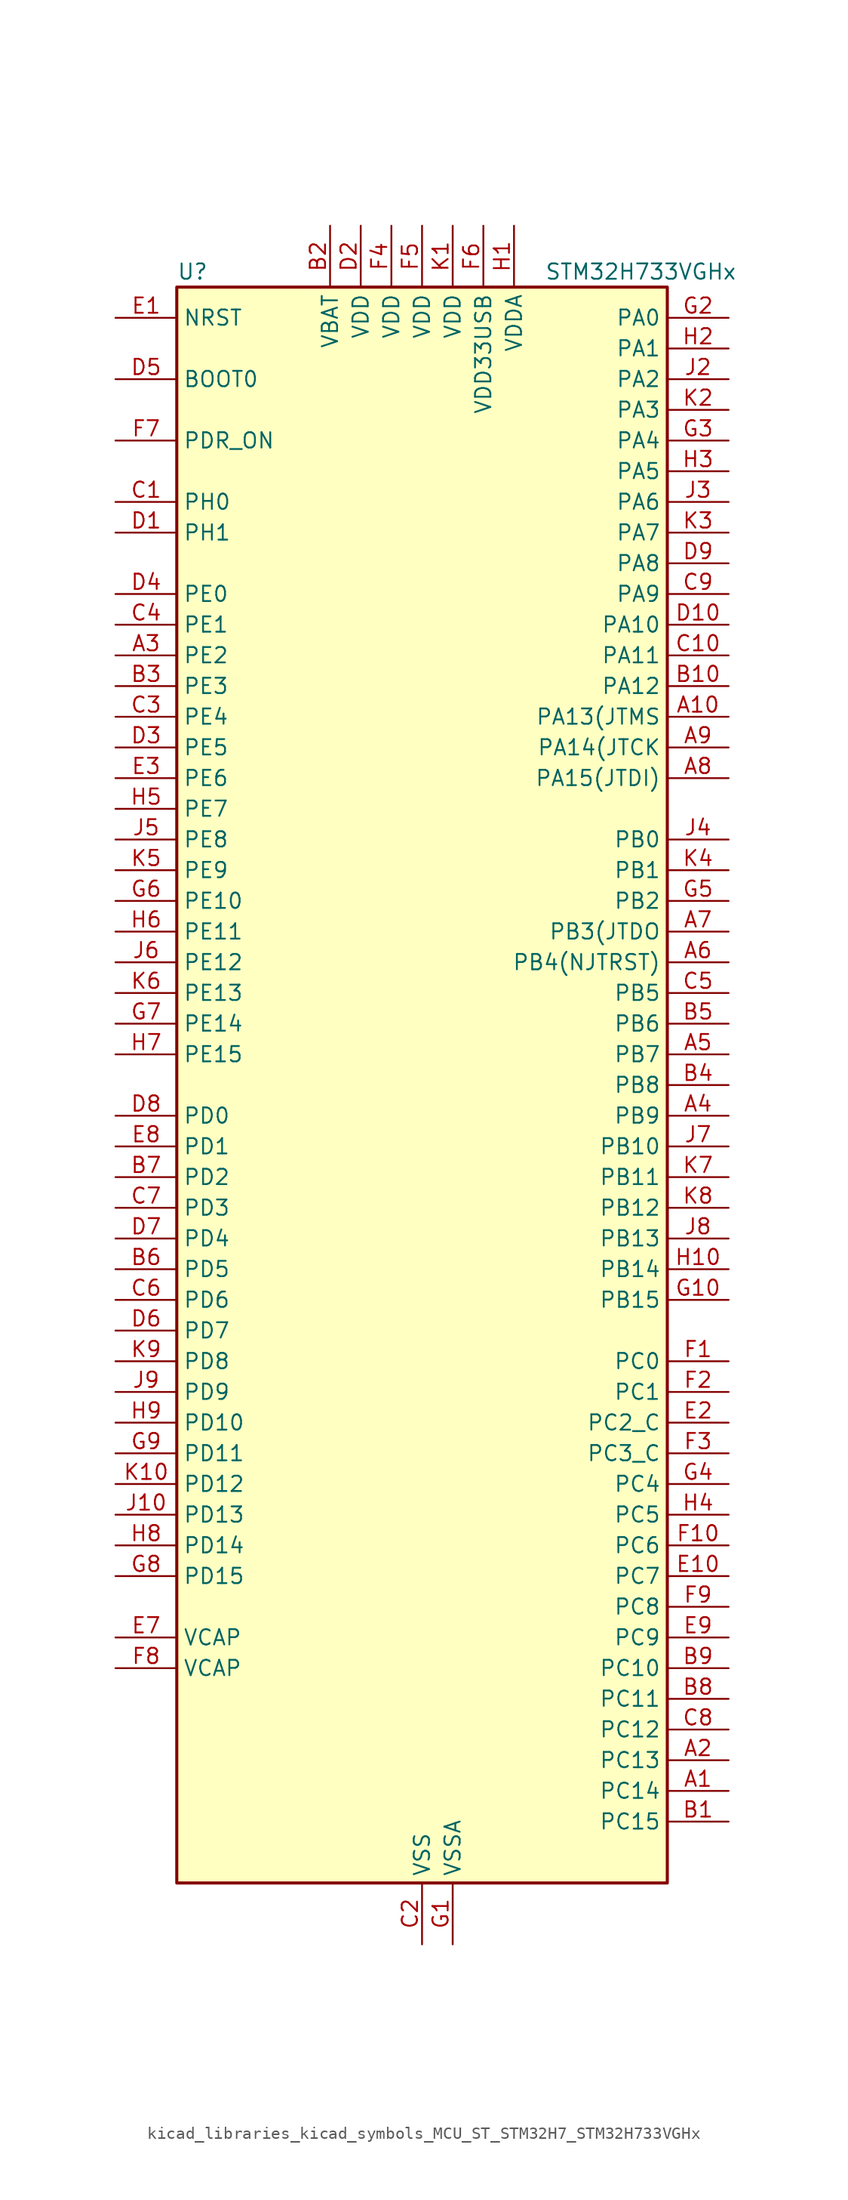
<source format=kicad_sym>
(kicad_symbol_lib
  (version 20220914)
  (generator kicad_symbol_editor)
  (symbol "kicad_libraries_kicad_symbols_MCU_ST_STM32H7_STM32H733VGHx"
    (property "Reference" "U"
      (at -20.32 67.31 0)
      (effects (font (size 1.27 1.27)) (justify left)))
    (property "Value" "STM32H733VGHx"
      (at 10.16 67.31 0)
      (effects (font (size 1.27 1.27)) (justify left)))
    (property "ki_locked" ""
      (at 0 0 0)
      (effects (font (size 1.27 1.27))))
    (symbol "kicad_libraries_kicad_symbols_MCU_ST_STM32H7_STM32H733VGHx_0_1"
      (rectangle (start -20.32 -66.04) (end 20.32 66.04) (stroke (width 0.254) (type default)) (fill (type background))))
    (symbol "kicad_libraries_kicad_symbols_MCU_ST_STM32H7_STM32H733VGHx_1_1"
      (pin bidirectional line (at 25.4 -58.42 180) (length 5.08) (name "PC14" (effects (font (size 1.27 1.27)))) (number "A1" (effects (font (size 1.27 1.27)))) (alternate "RCC_OSC32_IN" bidirectional line))
      (pin bidirectional line (at 25.4 30.48 180) (length 5.08) (name "PA13(JTMS" (effects (font (size 1.27 1.27)))) (number "A10" (effects (font (size 1.27 1.27)))) (alternate "DEBUG_JTMS-SWDIO" bidirectional line))
      (pin bidirectional line (at 25.4 -55.88 180) (length 5.08) (name "PC13" (effects (font (size 1.27 1.27)))) (number "A2" (effects (font (size 1.27 1.27)))) (alternate "PWR_WKUP4" bidirectional line) (alternate "RTC_OUT_ALARM" bidirectional line) (alternate "RTC_OUT_CALIB" bidirectional line) (alternate "RTC_TAMP1" bidirectional line) (alternate "RTC_TS" bidirectional line))
      (pin bidirectional line (at -25.4 35.56 0) (length 5.08) (name "PE2" (effects (font (size 1.27 1.27)))) (number "A3" (effects (font (size 1.27 1.27)))) (alternate "DEBUG_TRACECLK" bidirectional line) (alternate "ETH_TXD3" bidirectional line) (alternate "FMC_A23" bidirectional line) (alternate "OCTOSPIM_P1_IO2" bidirectional line) (alternate "SAI1_CK1" bidirectional line) (alternate "SAI1_MCLK_A" bidirectional line) (alternate "SAI4_CK1" bidirectional line) (alternate "SAI4_MCLK_A" bidirectional line) (alternate "SPI4_SCK" bidirectional line) (alternate "USART10_RX" bidirectional line))
      (pin bidirectional line (at 25.4 -2.54 180) (length 5.08) (name "PB9" (effects (font (size 1.27 1.27)))) (number "A4" (effects (font (size 1.27 1.27)))) (alternate "DAC1_EXTI9" bidirectional line) (alternate "DCMI_D7" bidirectional line) (alternate "DFSDM1_DATIN7" bidirectional line) (alternate "FDCAN1_TX" bidirectional line) (alternate "I2C1_SDA" bidirectional line) (alternate "I2C4_SDA" bidirectional line) (alternate "I2C4_SMBA" bidirectional line) (alternate "I2S2_WS" bidirectional line) (alternate "LTDC_B7" bidirectional line) (alternate "PSSI_D7" bidirectional line) (alternate "SDMMC1_CDIR" bidirectional line) (alternate "SDMMC1_D5" bidirectional line) (alternate "SDMMC2_D5" bidirectional line) (alternate "SPI2_NSS" bidirectional line) (alternate "TIM17_CH1" bidirectional line) (alternate "TIM4_CH4" bidirectional line) (alternate "UART4_TX" bidirectional line))
      (pin bidirectional line (at 25.4 2.54 180) (length 5.08) (name "PB7" (effects (font (size 1.27 1.27)))) (number "A5" (effects (font (size 1.27 1.27)))) (alternate "DCMI_VSYNC" bidirectional line) (alternate "DFSDM1_CKIN5" bidirectional line) (alternate "FMC_NL" bidirectional line) (alternate "I2C1_SDA" bidirectional line) (alternate "I2C4_SDA" bidirectional line) (alternate "LPUART1_RX" bidirectional line) (alternate "PSSI_RDY" bidirectional line) (alternate "PWR_PVD_IN" bidirectional line) (alternate "TIM17_CH1N" bidirectional line) (alternate "TIM4_CH2" bidirectional line) (alternate "USART1_RX" bidirectional line))
      (pin bidirectional line (at 25.4 10.16 180) (length 5.08) (name "PB4(NJTRST)" (effects (font (size 1.27 1.27)))) (number "A6" (effects (font (size 1.27 1.27)))) (alternate "DEBUG_JTRST" bidirectional line) (alternate "I2S1_SDI" bidirectional line) (alternate "I2S2_WS" bidirectional line) (alternate "I2S3_SDI" bidirectional line) (alternate "I2S6_SDI" bidirectional line) (alternate "SDMMC2_D3" bidirectional line) (alternate "SPI1_MISO" bidirectional line) (alternate "SPI2_NSS" bidirectional line) (alternate "SPI3_MISO" bidirectional line) (alternate "SPI6_MISO" bidirectional line) (alternate "TIM16_BKIN" bidirectional line) (alternate "TIM3_CH1" bidirectional line) (alternate "UART7_TX" bidirectional line))
      (pin bidirectional line (at 25.4 12.7 180) (length 5.08) (name "PB3(JTDO" (effects (font (size 1.27 1.27)))) (number "A7" (effects (font (size 1.27 1.27)))) (alternate "CRS_SYNC" bidirectional line) (alternate "DEBUG_JTDO-SWO" bidirectional line) (alternate "I2S1_CK" bidirectional line) (alternate "I2S3_CK" bidirectional line) (alternate "I2S6_CK" bidirectional line) (alternate "SDMMC2_D2" bidirectional line) (alternate "SPI1_SCK" bidirectional line) (alternate "SPI3_SCK" bidirectional line) (alternate "SPI6_SCK" bidirectional line) (alternate "TIM24_ETR" bidirectional line) (alternate "TIM2_CH2" bidirectional line) (alternate "UART7_RX" bidirectional line))
      (pin bidirectional line (at 25.4 25.4 180) (length 5.08) (name "PA15(JTDI)" (effects (font (size 1.27 1.27)))) (number "A8" (effects (font (size 1.27 1.27)))) (alternate "ADC1_EXTI15" bidirectional line) (alternate "ADC2_EXTI15" bidirectional line) (alternate "ADC3_EXTI15" bidirectional line) (alternate "CEC" bidirectional line) (alternate "DEBUG_JTDI" bidirectional line) (alternate "I2S1_WS" bidirectional line) (alternate "I2S3_WS" bidirectional line) (alternate "I2S6_WS" bidirectional line) (alternate "LTDC_B6" bidirectional line) (alternate "LTDC_R3" bidirectional line) (alternate "SPI1_NSS" bidirectional line) (alternate "SPI3_NSS" bidirectional line) (alternate "SPI6_NSS" bidirectional line) (alternate "TIM2_CH1" bidirectional line) (alternate "TIM2_ETR" bidirectional line) (alternate "UART4_DE" bidirectional line) (alternate "UART4_RTS" bidirectional line) (alternate "UART7_TX" bidirectional line))
      (pin bidirectional line (at 25.4 27.94 180) (length 5.08) (name "PA14(JTCK" (effects (font (size 1.27 1.27)))) (number "A9" (effects (font (size 1.27 1.27)))) (alternate "DEBUG_JTCK-SWCLK" bidirectional line))
      (pin bidirectional line (at 25.4 -60.96 180) (length 5.08) (name "PC15" (effects (font (size 1.27 1.27)))) (number "B1" (effects (font (size 1.27 1.27)))) (alternate "ADC1_EXTI15" bidirectional line) (alternate "ADC2_EXTI15" bidirectional line) (alternate "ADC3_EXTI15" bidirectional line) (alternate "RCC_OSC32_OUT" bidirectional line))
      (pin bidirectional line (at 25.4 33.02 180) (length 5.08) (name "PA12" (effects (font (size 1.27 1.27)))) (number "B10" (effects (font (size 1.27 1.27)))) (alternate "FDCAN1_TX" bidirectional line) (alternate "I2S2_CK" bidirectional line) (alternate "LPUART1_DE" bidirectional line) (alternate "LPUART1_RTS" bidirectional line) (alternate "LTDC_R5" bidirectional line) (alternate "SAI4_FS_B" bidirectional line) (alternate "SPI2_SCK" bidirectional line) (alternate "TIM1_BKIN2" bidirectional line) (alternate "TIM1_ETR" bidirectional line) (alternate "UART4_TX" bidirectional line) (alternate "USART1_DE" bidirectional line) (alternate "USART1_RTS" bidirectional line) (alternate "USB_OTG_HS_DP" bidirectional line))
      (pin power_in line (at -7.62 71.12 270) (length 5.08) (name "VBAT" (effects (font (size 1.27 1.27)))) (number "B2" (effects (font (size 1.27 1.27)))))
      (pin bidirectional line (at -25.4 33.02 0) (length 5.08) (name "PE3" (effects (font (size 1.27 1.27)))) (number "B3" (effects (font (size 1.27 1.27)))) (alternate "DEBUG_TRACED0" bidirectional line) (alternate "FMC_A19" bidirectional line) (alternate "SAI1_SD_B" bidirectional line) (alternate "SAI4_SD_B" bidirectional line) (alternate "TIM15_BKIN" bidirectional line) (alternate "USART10_TX" bidirectional line))
      (pin bidirectional line (at 25.4 0 180) (length 5.08) (name "PB8" (effects (font (size 1.27 1.27)))) (number "B4" (effects (font (size 1.27 1.27)))) (alternate "DCMI_D6" bidirectional line) (alternate "DFSDM1_CKIN7" bidirectional line) (alternate "ETH_TXD3" bidirectional line) (alternate "FDCAN1_RX" bidirectional line) (alternate "I2C1_SCL" bidirectional line) (alternate "I2C4_SCL" bidirectional line) (alternate "LTDC_B6" bidirectional line) (alternate "PSSI_D6" bidirectional line) (alternate "SDMMC1_CKIN" bidirectional line) (alternate "SDMMC1_D4" bidirectional line) (alternate "SDMMC2_D4" bidirectional line) (alternate "TIM16_CH1" bidirectional line) (alternate "TIM4_CH3" bidirectional line) (alternate "UART4_RX" bidirectional line))
      (pin bidirectional line (at 25.4 5.08 180) (length 5.08) (name "PB6" (effects (font (size 1.27 1.27)))) (number "B5" (effects (font (size 1.27 1.27)))) (alternate "CEC" bidirectional line) (alternate "DCMI_D5" bidirectional line) (alternate "DFSDM1_DATIN5" bidirectional line) (alternate "FDCAN2_TX" bidirectional line) (alternate "FMC_SDNE1" bidirectional line) (alternate "I2C1_SCL" bidirectional line) (alternate "I2C4_SCL" bidirectional line) (alternate "LPUART1_TX" bidirectional line) (alternate "OCTOSPIM_P1_NCS" bidirectional line) (alternate "PSSI_D5" bidirectional line) (alternate "TIM16_CH1N" bidirectional line) (alternate "TIM4_CH1" bidirectional line) (alternate "UART5_TX" bidirectional line) (alternate "USART1_TX" bidirectional line))
      (pin bidirectional line (at -25.4 -15.24 0) (length 5.08) (name "PD5" (effects (font (size 1.27 1.27)))) (number "B6" (effects (font (size 1.27 1.27)))) (alternate "FMC_NWE" bidirectional line) (alternate "OCTOSPIM_P1_IO5" bidirectional line) (alternate "USART2_TX" bidirectional line))
      (pin bidirectional line (at -25.4 -7.62 0) (length 5.08) (name "PD2" (effects (font (size 1.27 1.27)))) (number "B7" (effects (font (size 1.27 1.27)))) (alternate "DCMI_D11" bidirectional line) (alternate "DEBUG_TRACED2" bidirectional line) (alternate "FMC_D7" bidirectional line) (alternate "FMC_DA7" bidirectional line) (alternate "LTDC_B2" bidirectional line) (alternate "LTDC_B7" bidirectional line) (alternate "PSSI_D11" bidirectional line) (alternate "SDMMC1_CMD" bidirectional line) (alternate "TIM15_BKIN" bidirectional line) (alternate "TIM3_ETR" bidirectional line) (alternate "UART5_RX" bidirectional line))
      (pin bidirectional line (at 25.4 -50.8 180) (length 5.08) (name "PC11" (effects (font (size 1.27 1.27)))) (number "B8" (effects (font (size 1.27 1.27)))) (alternate "ADC1_EXTI11" bidirectional line) (alternate "ADC2_EXTI11" bidirectional line) (alternate "ADC3_EXTI11" bidirectional line) (alternate "DCMI_D4" bidirectional line) (alternate "DFSDM1_DATIN5" bidirectional line) (alternate "I2C5_SCL" bidirectional line) (alternate "I2S3_SDI" bidirectional line) (alternate "LTDC_B4" bidirectional line) (alternate "OCTOSPIM_P1_NCS" bidirectional line) (alternate "PSSI_D4" bidirectional line) (alternate "SDMMC1_D3" bidirectional line) (alternate "SPI3_MISO" bidirectional line) (alternate "UART4_RX" bidirectional line) (alternate "USART3_RX" bidirectional line))
      (pin bidirectional line (at 25.4 -48.26 180) (length 5.08) (name "PC10" (effects (font (size 1.27 1.27)))) (number "B9" (effects (font (size 1.27 1.27)))) (alternate "DCMI_D8" bidirectional line) (alternate "DFSDM1_CKIN5" bidirectional line) (alternate "I2C5_SDA" bidirectional line) (alternate "I2S3_CK" bidirectional line) (alternate "LTDC_B1" bidirectional line) (alternate "LTDC_R2" bidirectional line) (alternate "OCTOSPIM_P1_IO1" bidirectional line) (alternate "PSSI_D8" bidirectional line) (alternate "SDMMC1_D2" bidirectional line) (alternate "SPI3_SCK" bidirectional line) (alternate "SWPMI1_RX" bidirectional line) (alternate "UART4_TX" bidirectional line) (alternate "USART3_TX" bidirectional line))
      (pin bidirectional line (at -25.4 48.26 0) (length 5.08) (name "PH0" (effects (font (size 1.27 1.27)))) (number "C1" (effects (font (size 1.27 1.27)))) (alternate "RCC_OSC_IN" bidirectional line))
      (pin bidirectional line (at 25.4 35.56 180) (length 5.08) (name "PA11" (effects (font (size 1.27 1.27)))) (number "C10" (effects (font (size 1.27 1.27)))) (alternate "ADC1_EXTI11" bidirectional line) (alternate "ADC2_EXTI11" bidirectional line) (alternate "ADC3_EXTI11" bidirectional line) (alternate "FDCAN1_RX" bidirectional line) (alternate "I2S2_WS" bidirectional line) (alternate "LPUART1_CTS" bidirectional line) (alternate "LTDC_R4" bidirectional line) (alternate "SPI2_NSS" bidirectional line) (alternate "TIM1_CH4" bidirectional line) (alternate "UART4_RX" bidirectional line) (alternate "USART1_CTS" bidirectional line) (alternate "USART1_NSS" bidirectional line) (alternate "USB_OTG_HS_DM" bidirectional line))
      (pin power_in line (at 0 -71.12 90) (length 5.08) (name "VSS" (effects (font (size 1.27 1.27)))) (number "C2" (effects (font (size 1.27 1.27)))))
      (pin bidirectional line (at -25.4 30.48 0) (length 5.08) (name "PE4" (effects (font (size 1.27 1.27)))) (number "C3" (effects (font (size 1.27 1.27)))) (alternate "DCMI_D4" bidirectional line) (alternate "DEBUG_TRACED1" bidirectional line) (alternate "DFSDM1_DATIN3" bidirectional line) (alternate "FMC_A20" bidirectional line) (alternate "LTDC_B0" bidirectional line) (alternate "PSSI_D4" bidirectional line) (alternate "SAI1_D2" bidirectional line) (alternate "SAI1_FS_A" bidirectional line) (alternate "SAI4_D2" bidirectional line) (alternate "SAI4_FS_A" bidirectional line) (alternate "SPI4_NSS" bidirectional line) (alternate "TIM15_CH1N" bidirectional line))
      (pin bidirectional line (at -25.4 38.1 0) (length 5.08) (name "PE1" (effects (font (size 1.27 1.27)))) (number "C4" (effects (font (size 1.27 1.27)))) (alternate "DCMI_D3" bidirectional line) (alternate "FMC_NBL1" bidirectional line) (alternate "LPTIM1_IN2" bidirectional line) (alternate "LTDC_R6" bidirectional line) (alternate "PSSI_D3" bidirectional line) (alternate "UART8_TX" bidirectional line))
      (pin bidirectional line (at 25.4 7.62 180) (length 5.08) (name "PB5" (effects (font (size 1.27 1.27)))) (number "C5" (effects (font (size 1.27 1.27)))) (alternate "DCMI_D10" bidirectional line) (alternate "ETH_PPS_OUT" bidirectional line) (alternate "FDCAN2_RX" bidirectional line) (alternate "FMC_SDCKE1" bidirectional line) (alternate "I2C1_SMBA" bidirectional line) (alternate "I2C4_SMBA" bidirectional line) (alternate "I2S1_SDO" bidirectional line) (alternate "I2S3_SDO" bidirectional line) (alternate "I2S6_SDO" bidirectional line) (alternate "LTDC_B5" bidirectional line) (alternate "PSSI_D10" bidirectional line) (alternate "SPI1_MOSI" bidirectional line) (alternate "SPI3_MOSI" bidirectional line) (alternate "SPI6_MOSI" bidirectional line) (alternate "TIM17_BKIN" bidirectional line) (alternate "TIM3_CH2" bidirectional line) (alternate "UART5_RX" bidirectional line) (alternate "USB_OTG_HS_ULPI_D7" bidirectional line))
      (pin bidirectional line (at -25.4 -17.78 0) (length 5.08) (name "PD6" (effects (font (size 1.27 1.27)))) (number "C6" (effects (font (size 1.27 1.27)))) (alternate "DCMI_D10" bidirectional line) (alternate "DFSDM1_CKIN4" bidirectional line) (alternate "DFSDM1_DATIN1" bidirectional line) (alternate "FMC_NWAIT" bidirectional line) (alternate "I2S3_SDO" bidirectional line) (alternate "LTDC_B2" bidirectional line) (alternate "OCTOSPIM_P1_IO6" bidirectional line) (alternate "PSSI_D10" bidirectional line) (alternate "SAI1_D1" bidirectional line) (alternate "SAI1_SD_A" bidirectional line) (alternate "SAI4_D1" bidirectional line) (alternate "SAI4_SD_A" bidirectional line) (alternate "SDMMC2_CK" bidirectional line) (alternate "SPI3_MOSI" bidirectional line) (alternate "USART2_RX" bidirectional line))
      (pin bidirectional line (at -25.4 -10.16 0) (length 5.08) (name "PD3" (effects (font (size 1.27 1.27)))) (number "C7" (effects (font (size 1.27 1.27)))) (alternate "DCMI_D5" bidirectional line) (alternate "DFSDM1_CKOUT" bidirectional line) (alternate "FMC_CLK" bidirectional line) (alternate "I2S2_CK" bidirectional line) (alternate "LTDC_G7" bidirectional line) (alternate "PSSI_D5" bidirectional line) (alternate "SPI2_SCK" bidirectional line) (alternate "USART2_CTS" bidirectional line) (alternate "USART2_NSS" bidirectional line))
      (pin bidirectional line (at 25.4 -53.34 180) (length 5.08) (name "PC12" (effects (font (size 1.27 1.27)))) (number "C8" (effects (font (size 1.27 1.27)))) (alternate "DCMI_D9" bidirectional line) (alternate "DEBUG_TRACED3" bidirectional line) (alternate "FMC_D6" bidirectional line) (alternate "FMC_DA6" bidirectional line) (alternate "I2C5_SMBA" bidirectional line) (alternate "I2S3_SDO" bidirectional line) (alternate "I2S6_CK" bidirectional line) (alternate "LTDC_R6" bidirectional line) (alternate "PSSI_D9" bidirectional line) (alternate "SDMMC1_CK" bidirectional line) (alternate "SPI3_MOSI" bidirectional line) (alternate "SPI6_SCK" bidirectional line) (alternate "TIM15_CH1" bidirectional line) (alternate "UART5_TX" bidirectional line) (alternate "USART3_CK" bidirectional line))
      (pin bidirectional line (at 25.4 40.64 180) (length 5.08) (name "PA9" (effects (font (size 1.27 1.27)))) (number "C9" (effects (font (size 1.27 1.27)))) (alternate "DAC1_EXTI9" bidirectional line) (alternate "DCMI_D0" bidirectional line) (alternate "ETH_TX_ER" bidirectional line) (alternate "I2C3_SMBA" bidirectional line) (alternate "I2C5_SMBA" bidirectional line) (alternate "I2S2_CK" bidirectional line) (alternate "LPUART1_TX" bidirectional line) (alternate "LTDC_R5" bidirectional line) (alternate "PSSI_D0" bidirectional line) (alternate "SPI2_SCK" bidirectional line) (alternate "TIM1_CH2" bidirectional line) (alternate "USART1_TX" bidirectional line) (alternate "USB_OTG_HS_VBUS" bidirectional line))
      (pin bidirectional line (at -25.4 45.72 0) (length 5.08) (name "PH1" (effects (font (size 1.27 1.27)))) (number "D1" (effects (font (size 1.27 1.27)))) (alternate "RCC_OSC_OUT" bidirectional line))
      (pin bidirectional line (at 25.4 38.1 180) (length 5.08) (name "PA10" (effects (font (size 1.27 1.27)))) (number "D10" (effects (font (size 1.27 1.27)))) (alternate "DCMI_D1" bidirectional line) (alternate "LPUART1_RX" bidirectional line) (alternate "LTDC_B1" bidirectional line) (alternate "LTDC_B4" bidirectional line) (alternate "MDIOS_MDIO" bidirectional line) (alternate "PSSI_D1" bidirectional line) (alternate "TIM1_CH3" bidirectional line) (alternate "USART1_RX" bidirectional line) (alternate "USB_OTG_HS_ID" bidirectional line))
      (pin power_in line (at -5.08 71.12 270) (length 5.08) (name "VDD" (effects (font (size 1.27 1.27)))) (number "D2" (effects (font (size 1.27 1.27)))))
      (pin bidirectional line (at -25.4 27.94 0) (length 5.08) (name "PE5" (effects (font (size 1.27 1.27)))) (number "D3" (effects (font (size 1.27 1.27)))) (alternate "DCMI_D6" bidirectional line) (alternate "DEBUG_TRACED2" bidirectional line) (alternate "DFSDM1_CKIN3" bidirectional line) (alternate "FMC_A21" bidirectional line) (alternate "LTDC_G0" bidirectional line) (alternate "PSSI_D6" bidirectional line) (alternate "SAI1_CK2" bidirectional line) (alternate "SAI1_SCK_A" bidirectional line) (alternate "SAI4_CK2" bidirectional line) (alternate "SAI4_SCK_A" bidirectional line) (alternate "SPI4_MISO" bidirectional line) (alternate "TIM15_CH1" bidirectional line))
      (pin bidirectional line (at -25.4 40.64 0) (length 5.08) (name "PE0" (effects (font (size 1.27 1.27)))) (number "D4" (effects (font (size 1.27 1.27)))) (alternate "DCMI_D2" bidirectional line) (alternate "FMC_NBL0" bidirectional line) (alternate "LPTIM1_ETR" bidirectional line) (alternate "LPTIM2_ETR" bidirectional line) (alternate "LTDC_R0" bidirectional line) (alternate "PSSI_D2" bidirectional line) (alternate "SAI4_MCLK_A" bidirectional line) (alternate "TIM4_ETR" bidirectional line) (alternate "UART8_RX" bidirectional line))
      (pin input line (at -25.4 58.42 0) (length 5.08) (name "BOOT0" (effects (font (size 1.27 1.27)))) (number "D5" (effects (font (size 1.27 1.27)))))
      (pin bidirectional line (at -25.4 -20.32 0) (length 5.08) (name "PD7" (effects (font (size 1.27 1.27)))) (number "D6" (effects (font (size 1.27 1.27)))) (alternate "DFSDM1_CKIN1" bidirectional line) (alternate "DFSDM1_DATIN4" bidirectional line) (alternate "FMC_NE1" bidirectional line) (alternate "I2S1_SDO" bidirectional line) (alternate "OCTOSPIM_P1_IO7" bidirectional line) (alternate "SDMMC2_CMD" bidirectional line) (alternate "SPDIFRX1_IN0" bidirectional line) (alternate "SPI1_MOSI" bidirectional line) (alternate "USART2_CK" bidirectional line))
      (pin bidirectional line (at -25.4 -12.7 0) (length 5.08) (name "PD4" (effects (font (size 1.27 1.27)))) (number "D7" (effects (font (size 1.27 1.27)))) (alternate "FMC_NOE" bidirectional line) (alternate "OCTOSPIM_P1_IO4" bidirectional line) (alternate "USART2_DE" bidirectional line) (alternate "USART2_RTS" bidirectional line))
      (pin bidirectional line (at -25.4 -2.54 0) (length 5.08) (name "PD0" (effects (font (size 1.27 1.27)))) (number "D8" (effects (font (size 1.27 1.27)))) (alternate "DFSDM1_CKIN6" bidirectional line) (alternate "FDCAN1_RX" bidirectional line) (alternate "FMC_D2" bidirectional line) (alternate "FMC_DA2" bidirectional line) (alternate "LTDC_B1" bidirectional line) (alternate "UART4_RX" bidirectional line) (alternate "UART9_CTS" bidirectional line))
      (pin bidirectional line (at 25.4 43.18 180) (length 5.08) (name "PA8" (effects (font (size 1.27 1.27)))) (number "D9" (effects (font (size 1.27 1.27)))) (alternate "I2C3_SCL" bidirectional line) (alternate "I2C5_SCL" bidirectional line) (alternate "LTDC_B3" bidirectional line) (alternate "LTDC_R6" bidirectional line) (alternate "RCC_MCO_1" bidirectional line) (alternate "TIM1_CH1" bidirectional line) (alternate "TIM8_BKIN2" bidirectional line) (alternate "TIM8_BKIN2_COMP1" bidirectional line) (alternate "TIM8_BKIN2_COMP2" bidirectional line) (alternate "UART7_RX" bidirectional line) (alternate "USART1_CK" bidirectional line) (alternate "USB_OTG_HS_SOF" bidirectional line))
      (pin input line (at -25.4 63.5 0) (length 5.08) (name "NRST" (effects (font (size 1.27 1.27)))) (number "E1" (effects (font (size 1.27 1.27)))))
      (pin bidirectional line (at 25.4 -40.64 180) (length 5.08) (name "PC7" (effects (font (size 1.27 1.27)))) (number "E10" (effects (font (size 1.27 1.27)))) (alternate "DCMI_D1" bidirectional line) (alternate "DEBUG_TRGIO" bidirectional line) (alternate "DFSDM1_DATIN3" bidirectional line) (alternate "FMC_NE1" bidirectional line) (alternate "I2S3_MCK" bidirectional line) (alternate "LTDC_G6" bidirectional line) (alternate "PSSI_D1" bidirectional line) (alternate "SDMMC1_D123DIR" bidirectional line) (alternate "SDMMC1_D7" bidirectional line) (alternate "SDMMC2_D7" bidirectional line) (alternate "SWPMI1_TX" bidirectional line) (alternate "TIM3_CH2" bidirectional line) (alternate "TIM8_CH2" bidirectional line) (alternate "USART6_RX" bidirectional line))
      (pin bidirectional line (at 25.4 -27.94 180) (length 5.08) (name "PC2_C" (effects (font (size 1.27 1.27)))) (number "E2" (effects (font (size 1.27 1.27)))) (alternate "ADC3_INN1" bidirectional line) (alternate "ADC3_INP0" bidirectional line) (alternate "DFSDM1_CKIN1" bidirectional line) (alternate "DFSDM1_CKOUT" bidirectional line) (alternate "ETH_TXD2" bidirectional line) (alternate "FMC_SDNE0" bidirectional line) (alternate "I2S2_SDI" bidirectional line) (alternate "OCTOSPIM_P1_IO2" bidirectional line) (alternate "OCTOSPIM_P1_IO5" bidirectional line) (alternate "PWR_CSTOP" bidirectional line) (alternate "SPI2_MISO" bidirectional line) (alternate "USB_OTG_HS_ULPI_DIR" bidirectional line))
      (pin bidirectional line (at -25.4 25.4 0) (length 5.08) (name "PE6" (effects (font (size 1.27 1.27)))) (number "E3" (effects (font (size 1.27 1.27)))) (alternate "DCMI_D7" bidirectional line) (alternate "DEBUG_TRACED3" bidirectional line) (alternate "FMC_A22" bidirectional line) (alternate "LTDC_G1" bidirectional line) (alternate "PSSI_D7" bidirectional line) (alternate "SAI1_D1" bidirectional line) (alternate "SAI1_SD_A" bidirectional line) (alternate "SAI4_D1" bidirectional line) (alternate "SAI4_MCLK_B" bidirectional line) (alternate "SAI4_SD_A" bidirectional line) (alternate "SPI4_MOSI" bidirectional line) (alternate "TIM15_CH2" bidirectional line) (alternate "TIM1_BKIN2" bidirectional line) (alternate "TIM1_BKIN2_COMP1" bidirectional line) (alternate "TIM1_BKIN2_COMP2" bidirectional line))
      (pin passive line (at 0 -71.12 90) (length 5.08) hide (name "VSS" (effects (font (size 1.27 1.27)))) (number "E4" (effects (font (size 1.27 1.27)))))
      (pin passive line (at 0 -71.12 90) (length 5.08) hide (name "VSS" (effects (font (size 1.27 1.27)))) (number "E5" (effects (font (size 1.27 1.27)))))
      (pin passive line (at 0 -71.12 90) (length 5.08) hide (name "VSS" (effects (font (size 1.27 1.27)))) (number "E6" (effects (font (size 1.27 1.27)))))
      (pin power_out line (at -25.4 -45.72 0) (length 5.08) (name "VCAP" (effects (font (size 1.27 1.27)))) (number "E7" (effects (font (size 1.27 1.27)))))
      (pin bidirectional line (at -25.4 -5.08 0) (length 5.08) (name "PD1" (effects (font (size 1.27 1.27)))) (number "E8" (effects (font (size 1.27 1.27)))) (alternate "DFSDM1_DATIN6" bidirectional line) (alternate "FDCAN1_TX" bidirectional line) (alternate "FMC_D3" bidirectional line) (alternate "FMC_DA3" bidirectional line) (alternate "UART4_TX" bidirectional line))
      (pin bidirectional line (at 25.4 -45.72 180) (length 5.08) (name "PC9" (effects (font (size 1.27 1.27)))) (number "E9" (effects (font (size 1.27 1.27)))) (alternate "DAC1_EXTI9" bidirectional line) (alternate "DCMI_D3" bidirectional line) (alternate "I2C3_SDA" bidirectional line) (alternate "I2C5_SDA" bidirectional line) (alternate "I2S_CKIN" bidirectional line) (alternate "LTDC_B2" bidirectional line) (alternate "LTDC_G3" bidirectional line) (alternate "OCTOSPIM_P1_IO0" bidirectional line) (alternate "PSSI_D3" bidirectional line) (alternate "RCC_MCO_2" bidirectional line) (alternate "SDMMC1_D1" bidirectional line) (alternate "SWPMI1_SUSPEND" bidirectional line) (alternate "TIM3_CH4" bidirectional line) (alternate "TIM8_CH4" bidirectional line) (alternate "UART5_CTS" bidirectional line))
      (pin bidirectional line (at 25.4 -22.86 180) (length 5.08) (name "PC0" (effects (font (size 1.27 1.27)))) (number "F1" (effects (font (size 1.27 1.27)))) (alternate "ADC1_INP10" bidirectional line) (alternate "ADC2_INP10" bidirectional line) (alternate "ADC3_INP10" bidirectional line) (alternate "DFSDM1_CKIN0" bidirectional line) (alternate "DFSDM1_DATIN4" bidirectional line) (alternate "FMC_A25" bidirectional line) (alternate "FMC_D12" bidirectional line) (alternate "FMC_DA12" bidirectional line) (alternate "FMC_SDNWE" bidirectional line) (alternate "LTDC_G2" bidirectional line) (alternate "LTDC_R5" bidirectional line) (alternate "SAI4_FS_B" bidirectional line) (alternate "USB_OTG_HS_ULPI_STP" bidirectional line))
      (pin bidirectional line (at 25.4 -38.1 180) (length 5.08) (name "PC6" (effects (font (size 1.27 1.27)))) (number "F10" (effects (font (size 1.27 1.27)))) (alternate "DCMI_D0" bidirectional line) (alternate "DFSDM1_CKIN3" bidirectional line) (alternate "FMC_NWAIT" bidirectional line) (alternate "I2S2_MCK" bidirectional line) (alternate "LTDC_HSYNC" bidirectional line) (alternate "PSSI_D0" bidirectional line) (alternate "SDMMC1_D0DIR" bidirectional line) (alternate "SDMMC1_D6" bidirectional line) (alternate "SDMMC2_D6" bidirectional line) (alternate "SWPMI1_IO" bidirectional line) (alternate "TIM3_CH1" bidirectional line) (alternate "TIM8_CH1" bidirectional line) (alternate "USART6_TX" bidirectional line))
      (pin bidirectional line (at 25.4 -25.4 180) (length 5.08) (name "PC1" (effects (font (size 1.27 1.27)))) (number "F2" (effects (font (size 1.27 1.27)))) (alternate "ADC1_INN10" bidirectional line) (alternate "ADC1_INP11" bidirectional line) (alternate "ADC2_INN10" bidirectional line) (alternate "ADC2_INP11" bidirectional line) (alternate "ADC3_INN10" bidirectional line) (alternate "ADC3_INP11" bidirectional line) (alternate "DEBUG_TRACED0" bidirectional line) (alternate "DFSDM1_CKIN4" bidirectional line) (alternate "DFSDM1_DATIN0" bidirectional line) (alternate "ETH_MDC" bidirectional line) (alternate "I2S2_SDO" bidirectional line) (alternate "LTDC_G5" bidirectional line) (alternate "MDIOS_MDC" bidirectional line) (alternate "OCTOSPIM_P1_IO4" bidirectional line) (alternate "PWR_WKUP6" bidirectional line) (alternate "RTC_TAMP3" bidirectional line) (alternate "SAI1_D1" bidirectional line) (alternate "SAI1_SD_A" bidirectional line) (alternate "SAI4_D1" bidirectional line) (alternate "SAI4_SD_A" bidirectional line) (alternate "SDMMC2_CK" bidirectional line) (alternate "SPI2_MOSI" bidirectional line))
      (pin bidirectional line (at 25.4 -30.48 180) (length 5.08) (name "PC3_C" (effects (font (size 1.27 1.27)))) (number "F3" (effects (font (size 1.27 1.27)))) (alternate "ADC3_INP1" bidirectional line) (alternate "DFSDM1_DATIN1" bidirectional line) (alternate "ETH_TX_CLK" bidirectional line) (alternate "FMC_SDCKE0" bidirectional line) (alternate "I2S2_SDO" bidirectional line) (alternate "OCTOSPIM_P1_IO0" bidirectional line) (alternate "OCTOSPIM_P1_IO6" bidirectional line) (alternate "PWR_CSLEEP" bidirectional line) (alternate "SPI2_MOSI" bidirectional line) (alternate "USB_OTG_HS_ULPI_NXT" bidirectional line))
      (pin power_in line (at -2.54 71.12 270) (length 5.08) (name "VDD" (effects (font (size 1.27 1.27)))) (number "F4" (effects (font (size 1.27 1.27)))))
      (pin power_in line (at 0 71.12 270) (length 5.08) (name "VDD" (effects (font (size 1.27 1.27)))) (number "F5" (effects (font (size 1.27 1.27)))))
      (pin power_in line (at 5.08 71.12 270) (length 5.08) (name "VDD33USB" (effects (font (size 1.27 1.27)))) (number "F6" (effects (font (size 1.27 1.27)))))
      (pin input line (at -25.4 53.34 0) (length 5.08) (name "PDR_ON" (effects (font (size 1.27 1.27)))) (number "F7" (effects (font (size 1.27 1.27)))))
      (pin power_out line (at -25.4 -48.26 0) (length 5.08) (name "VCAP" (effects (font (size 1.27 1.27)))) (number "F8" (effects (font (size 1.27 1.27)))))
      (pin bidirectional line (at 25.4 -43.18 180) (length 5.08) (name "PC8" (effects (font (size 1.27 1.27)))) (number "F9" (effects (font (size 1.27 1.27)))) (alternate "DCMI_D2" bidirectional line) (alternate "DEBUG_TRACED1" bidirectional line) (alternate "FMC_INT" bidirectional line) (alternate "FMC_NCE" bidirectional line) (alternate "FMC_NE2" bidirectional line) (alternate "PSSI_D2" bidirectional line) (alternate "SDMMC1_D0" bidirectional line) (alternate "SWPMI1_RX" bidirectional line) (alternate "TIM3_CH3" bidirectional line) (alternate "TIM8_CH3" bidirectional line) (alternate "UART5_DE" bidirectional line) (alternate "UART5_RTS" bidirectional line) (alternate "USART6_CK" bidirectional line))
      (pin power_in line (at 2.54 -71.12 90) (length 5.08) (name "VSSA" (effects (font (size 1.27 1.27)))) (number "G1" (effects (font (size 1.27 1.27)))))
      (pin bidirectional line (at 25.4 -17.78 180) (length 5.08) (name "PB15" (effects (font (size 1.27 1.27)))) (number "G10" (effects (font (size 1.27 1.27)))) (alternate "ADC1_EXTI15" bidirectional line) (alternate "ADC2_EXTI15" bidirectional line) (alternate "ADC3_EXTI15" bidirectional line) (alternate "DFSDM1_CKIN2" bidirectional line) (alternate "FMC_D11" bidirectional line) (alternate "FMC_DA11" bidirectional line) (alternate "I2S2_SDO" bidirectional line) (alternate "LTDC_G7" bidirectional line) (alternate "RTC_REFIN" bidirectional line) (alternate "SDMMC2_D1" bidirectional line) (alternate "SPI2_MOSI" bidirectional line) (alternate "TIM12_CH2" bidirectional line) (alternate "TIM1_CH3N" bidirectional line) (alternate "TIM8_CH3N" bidirectional line) (alternate "UART4_CTS" bidirectional line) (alternate "USART1_RX" bidirectional line))
      (pin bidirectional line (at 25.4 63.5 180) (length 5.08) (name "PA0" (effects (font (size 1.27 1.27)))) (number "G2" (effects (font (size 1.27 1.27)))) (alternate "ADC1_INP16" bidirectional line) (alternate "ETH_CRS" bidirectional line) (alternate "FMC_A19" bidirectional line) (alternate "I2S6_WS" bidirectional line) (alternate "PWR_WKUP1" bidirectional line) (alternate "SAI4_SD_B" bidirectional line) (alternate "SDMMC2_CMD" bidirectional line) (alternate "SPI6_NSS" bidirectional line) (alternate "TIM15_BKIN" bidirectional line) (alternate "TIM2_CH1" bidirectional line) (alternate "TIM2_ETR" bidirectional line) (alternate "TIM5_CH1" bidirectional line) (alternate "TIM8_ETR" bidirectional line) (alternate "UART4_TX" bidirectional line) (alternate "USART2_CTS" bidirectional line) (alternate "USART2_NSS" bidirectional line))
      (pin bidirectional line (at 25.4 53.34 180) (length 5.08) (name "PA4" (effects (font (size 1.27 1.27)))) (number "G3" (effects (font (size 1.27 1.27)))) (alternate "ADC1_INP18" bidirectional line) (alternate "ADC2_INP18" bidirectional line) (alternate "DAC1_OUT1" bidirectional line) (alternate "DCMI_HSYNC" bidirectional line) (alternate "FMC_D8" bidirectional line) (alternate "FMC_DA8" bidirectional line) (alternate "I2S1_WS" bidirectional line) (alternate "I2S3_WS" bidirectional line) (alternate "I2S6_WS" bidirectional line) (alternate "LTDC_VSYNC" bidirectional line) (alternate "PSSI_DE" bidirectional line) (alternate "SPI1_NSS" bidirectional line) (alternate "SPI3_NSS" bidirectional line) (alternate "SPI6_NSS" bidirectional line) (alternate "TIM5_ETR" bidirectional line) (alternate "USART2_CK" bidirectional line))
      (pin bidirectional line (at 25.4 -33.02 180) (length 5.08) (name "PC4" (effects (font (size 1.27 1.27)))) (number "G4" (effects (font (size 1.27 1.27)))) (alternate "ADC1_INP4" bidirectional line) (alternate "ADC2_INP4" bidirectional line) (alternate "COMP1_INM" bidirectional line) (alternate "DFSDM1_CKIN2" bidirectional line) (alternate "ETH_RXD0" bidirectional line) (alternate "FMC_A22" bidirectional line) (alternate "FMC_SDNE0" bidirectional line) (alternate "I2S1_MCK" bidirectional line) (alternate "LTDC_R7" bidirectional line) (alternate "OPAMP1_VOUT" bidirectional line) (alternate "SDMMC2_CKIN" bidirectional line) (alternate "SPDIFRX1_IN2" bidirectional line))
      (pin bidirectional line (at 25.4 15.24 180) (length 5.08) (name "PB2" (effects (font (size 1.27 1.27)))) (number "G5" (effects (font (size 1.27 1.27)))) (alternate "COMP1_INP" bidirectional line) (alternate "DFSDM1_CKIN1" bidirectional line) (alternate "ETH_TX_ER" bidirectional line) (alternate "I2S3_SDO" bidirectional line) (alternate "OCTOSPIM_P1_CLK" bidirectional line) (alternate "OCTOSPIM_P1_DQS" bidirectional line) (alternate "RTC_OUT_ALARM" bidirectional line) (alternate "RTC_OUT_CALIB" bidirectional line) (alternate "SAI1_D1" bidirectional line) (alternate "SAI1_SD_A" bidirectional line) (alternate "SAI4_D1" bidirectional line) (alternate "SAI4_SD_A" bidirectional line) (alternate "SPI3_MOSI" bidirectional line) (alternate "TIM23_ETR" bidirectional line))
      (pin bidirectional line (at -25.4 15.24 0) (length 5.08) (name "PE10" (effects (font (size 1.27 1.27)))) (number "G6" (effects (font (size 1.27 1.27)))) (alternate "COMP2_INM" bidirectional line) (alternate "DFSDM1_DATIN4" bidirectional line) (alternate "FMC_D7" bidirectional line) (alternate "FMC_DA7" bidirectional line) (alternate "OCTOSPIM_P1_IO7" bidirectional line) (alternate "TIM1_CH2N" bidirectional line) (alternate "UART7_CTS" bidirectional line))
      (pin bidirectional line (at -25.4 5.08 0) (length 5.08) (name "PE14" (effects (font (size 1.27 1.27)))) (number "G7" (effects (font (size 1.27 1.27)))) (alternate "FMC_D11" bidirectional line) (alternate "FMC_DA11" bidirectional line) (alternate "LTDC_CLK" bidirectional line) (alternate "SAI4_MCLK_B" bidirectional line) (alternate "SPI4_MOSI" bidirectional line) (alternate "TIM1_CH4" bidirectional line))
      (pin bidirectional line (at -25.4 -40.64 0) (length 5.08) (name "PD15" (effects (font (size 1.27 1.27)))) (number "G8" (effects (font (size 1.27 1.27)))) (alternate "ADC1_EXTI15" bidirectional line) (alternate "ADC2_EXTI15" bidirectional line) (alternate "ADC3_EXTI15" bidirectional line) (alternate "FMC_D1" bidirectional line) (alternate "FMC_DA1" bidirectional line) (alternate "TIM4_CH4" bidirectional line) (alternate "UART8_DE" bidirectional line) (alternate "UART8_RTS" bidirectional line) (alternate "UART9_TX" bidirectional line))
      (pin bidirectional line (at -25.4 -30.48 0) (length 5.08) (name "PD11" (effects (font (size 1.27 1.27)))) (number "G9" (effects (font (size 1.27 1.27)))) (alternate "ADC1_EXTI11" bidirectional line) (alternate "ADC2_EXTI11" bidirectional line) (alternate "ADC3_EXTI11" bidirectional line) (alternate "FMC_A16" bidirectional line) (alternate "FMC_CLE" bidirectional line) (alternate "I2C4_SMBA" bidirectional line) (alternate "LPTIM2_IN2" bidirectional line) (alternate "OCTOSPIM_P1_IO0" bidirectional line) (alternate "SAI4_SD_A" bidirectional line) (alternate "USART3_CTS" bidirectional line) (alternate "USART3_NSS" bidirectional line))
      (pin power_in line (at 7.62 71.12 270) (length 5.08) (name "VDDA" (effects (font (size 1.27 1.27)))) (number "H1" (effects (font (size 1.27 1.27)))))
      (pin bidirectional line (at 25.4 -15.24 180) (length 5.08) (name "PB14" (effects (font (size 1.27 1.27)))) (number "H10" (effects (font (size 1.27 1.27)))) (alternate "DFSDM1_DATIN2" bidirectional line) (alternate "FMC_D10" bidirectional line) (alternate "FMC_DA10" bidirectional line) (alternate "I2S2_SDI" bidirectional line) (alternate "LTDC_CLK" bidirectional line) (alternate "SDMMC2_D0" bidirectional line) (alternate "SPI2_MISO" bidirectional line) (alternate "TIM12_CH1" bidirectional line) (alternate "TIM1_CH2N" bidirectional line) (alternate "TIM8_CH2N" bidirectional line) (alternate "UART4_DE" bidirectional line) (alternate "UART4_RTS" bidirectional line) (alternate "USART1_TX" bidirectional line) (alternate "USART3_DE" bidirectional line) (alternate "USART3_RTS" bidirectional line))
      (pin bidirectional line (at 25.4 60.96 180) (length 5.08) (name "PA1" (effects (font (size 1.27 1.27)))) (number "H2" (effects (font (size 1.27 1.27)))) (alternate "ADC1_INN16" bidirectional line) (alternate "ADC1_INP17" bidirectional line) (alternate "ETH_REF_CLK" bidirectional line) (alternate "ETH_RX_CLK" bidirectional line) (alternate "LPTIM3_OUT" bidirectional line) (alternate "LTDC_R2" bidirectional line) (alternate "OCTOSPIM_P1_DQS" bidirectional line) (alternate "OCTOSPIM_P1_IO3" bidirectional line) (alternate "SAI4_MCLK_B" bidirectional line) (alternate "TIM15_CH1N" bidirectional line) (alternate "TIM2_CH2" bidirectional line) (alternate "TIM5_CH2" bidirectional line) (alternate "UART4_RX" bidirectional line) (alternate "USART2_DE" bidirectional line) (alternate "USART2_RTS" bidirectional line))
      (pin bidirectional line (at 25.4 50.8 180) (length 5.08) (name "PA5" (effects (font (size 1.27 1.27)))) (number "H3" (effects (font (size 1.27 1.27)))) (alternate "ADC1_INN18" bidirectional line) (alternate "ADC1_INP19" bidirectional line) (alternate "ADC2_INN18" bidirectional line) (alternate "ADC2_INP19" bidirectional line) (alternate "DAC1_OUT2" bidirectional line) (alternate "FMC_D9" bidirectional line) (alternate "FMC_DA9" bidirectional line) (alternate "I2S1_CK" bidirectional line) (alternate "I2S6_CK" bidirectional line) (alternate "LTDC_R4" bidirectional line) (alternate "PSSI_D14" bidirectional line) (alternate "PWR_NDSTOP2" bidirectional line) (alternate "SPI1_SCK" bidirectional line) (alternate "SPI6_SCK" bidirectional line) (alternate "TIM2_CH1" bidirectional line) (alternate "TIM2_ETR" bidirectional line) (alternate "TIM8_CH1N" bidirectional line) (alternate "USB_OTG_HS_ULPI_CK" bidirectional line))
      (pin bidirectional line (at 25.4 -35.56 180) (length 5.08) (name "PC5" (effects (font (size 1.27 1.27)))) (number "H4" (effects (font (size 1.27 1.27)))) (alternate "ADC1_INN4" bidirectional line) (alternate "ADC1_INP8" bidirectional line) (alternate "ADC2_INN4" bidirectional line) (alternate "ADC2_INP8" bidirectional line) (alternate "COMP1_OUT" bidirectional line) (alternate "DFSDM1_DATIN2" bidirectional line) (alternate "ETH_RXD1" bidirectional line) (alternate "FMC_SDCKE0" bidirectional line) (alternate "LTDC_DE" bidirectional line) (alternate "OCTOSPIM_P1_DQS" bidirectional line) (alternate "OPAMP1_VINM" bidirectional line) (alternate "PSSI_D15" bidirectional line) (alternate "SAI1_D3" bidirectional line) (alternate "SAI4_D3" bidirectional line) (alternate "SPDIFRX1_IN3" bidirectional line))
      (pin bidirectional line (at -25.4 22.86 0) (length 5.08) (name "PE7" (effects (font (size 1.27 1.27)))) (number "H5" (effects (font (size 1.27 1.27)))) (alternate "COMP2_INM" bidirectional line) (alternate "DFSDM1_DATIN2" bidirectional line) (alternate "FMC_D4" bidirectional line) (alternate "FMC_DA4" bidirectional line) (alternate "OCTOSPIM_P1_IO4" bidirectional line) (alternate "OPAMP2_VOUT" bidirectional line) (alternate "TIM1_ETR" bidirectional line) (alternate "UART7_RX" bidirectional line))
      (pin bidirectional line (at -25.4 12.7 0) (length 5.08) (name "PE11" (effects (font (size 1.27 1.27)))) (number "H6" (effects (font (size 1.27 1.27)))) (alternate "ADC1_EXTI11" bidirectional line) (alternate "ADC2_EXTI11" bidirectional line) (alternate "ADC3_EXTI11" bidirectional line) (alternate "COMP2_INP" bidirectional line) (alternate "DFSDM1_CKIN4" bidirectional line) (alternate "FMC_D8" bidirectional line) (alternate "FMC_DA8" bidirectional line) (alternate "LTDC_G3" bidirectional line) (alternate "OCTOSPIM_P1_NCS" bidirectional line) (alternate "SAI4_SD_B" bidirectional line) (alternate "SPI4_NSS" bidirectional line) (alternate "TIM1_CH2" bidirectional line))
      (pin bidirectional line (at -25.4 2.54 0) (length 5.08) (name "PE15" (effects (font (size 1.27 1.27)))) (number "H7" (effects (font (size 1.27 1.27)))) (alternate "ADC1_EXTI15" bidirectional line) (alternate "ADC2_EXTI15" bidirectional line) (alternate "ADC3_EXTI15" bidirectional line) (alternate "FMC_D12" bidirectional line) (alternate "FMC_DA12" bidirectional line) (alternate "LTDC_R7" bidirectional line) (alternate "TIM1_BKIN" bidirectional line) (alternate "TIM1_BKIN_COMP1" bidirectional line) (alternate "TIM1_BKIN_COMP2" bidirectional line) (alternate "USART10_CK" bidirectional line))
      (pin bidirectional line (at -25.4 -38.1 0) (length 5.08) (name "PD14" (effects (font (size 1.27 1.27)))) (number "H8" (effects (font (size 1.27 1.27)))) (alternate "FMC_D0" bidirectional line) (alternate "FMC_DA0" bidirectional line) (alternate "TIM4_CH3" bidirectional line) (alternate "UART8_CTS" bidirectional line) (alternate "UART9_RX" bidirectional line))
      (pin bidirectional line (at -25.4 -27.94 0) (length 5.08) (name "PD10" (effects (font (size 1.27 1.27)))) (number "H9" (effects (font (size 1.27 1.27)))) (alternate "DFSDM1_CKOUT" bidirectional line) (alternate "FMC_D15" bidirectional line) (alternate "FMC_DA15" bidirectional line) (alternate "LTDC_B3" bidirectional line) (alternate "USART3_CK" bidirectional line))
      (pin passive line (at 0 -71.12 90) (length 5.08) hide (name "VSS" (effects (font (size 1.27 1.27)))) (number "J1" (effects (font (size 1.27 1.27)))))
      (pin bidirectional line (at -25.4 -35.56 0) (length 5.08) (name "PD13" (effects (font (size 1.27 1.27)))) (number "J10" (effects (font (size 1.27 1.27)))) (alternate "DCMI_D13" bidirectional line) (alternate "FDCAN3_TX" bidirectional line) (alternate "FMC_A18" bidirectional line) (alternate "I2C4_SDA" bidirectional line) (alternate "LPTIM1_OUT" bidirectional line) (alternate "OCTOSPIM_P1_IO3" bidirectional line) (alternate "PSSI_D13" bidirectional line) (alternate "SAI4_SCK_A" bidirectional line) (alternate "TIM4_CH2" bidirectional line) (alternate "UART9_DE" bidirectional line) (alternate "UART9_RTS" bidirectional line))
      (pin bidirectional line (at 25.4 58.42 180) (length 5.08) (name "PA2" (effects (font (size 1.27 1.27)))) (number "J2" (effects (font (size 1.27 1.27)))) (alternate "ADC1_INP14" bidirectional line) (alternate "ADC2_INP14" bidirectional line) (alternate "ETH_MDIO" bidirectional line) (alternate "LPTIM4_OUT" bidirectional line) (alternate "LTDC_R1" bidirectional line) (alternate "MDIOS_MDIO" bidirectional line) (alternate "OCTOSPIM_P1_IO0" bidirectional line) (alternate "PWR_WKUP2" bidirectional line) (alternate "SAI4_SCK_B" bidirectional line) (alternate "TIM15_CH1" bidirectional line) (alternate "TIM2_CH3" bidirectional line) (alternate "TIM5_CH3" bidirectional line) (alternate "USART2_TX" bidirectional line))
      (pin bidirectional line (at 25.4 48.26 180) (length 5.08) (name "PA6" (effects (font (size 1.27 1.27)))) (number "J3" (effects (font (size 1.27 1.27)))) (alternate "ADC1_INP3" bidirectional line) (alternate "ADC2_INP3" bidirectional line) (alternate "DCMI_PIXCLK" bidirectional line) (alternate "I2S1_SDI" bidirectional line) (alternate "I2S6_SDI" bidirectional line) (alternate "LTDC_G2" bidirectional line) (alternate "MDIOS_MDC" bidirectional line) (alternate "OCTOSPIM_P1_IO3" bidirectional line) (alternate "PSSI_PDCK" bidirectional line) (alternate "SPI1_MISO" bidirectional line) (alternate "SPI6_MISO" bidirectional line) (alternate "TIM13_CH1" bidirectional line) (alternate "TIM1_BKIN" bidirectional line) (alternate "TIM1_BKIN_COMP1" bidirectional line) (alternate "TIM1_BKIN_COMP2" bidirectional line) (alternate "TIM3_CH1" bidirectional line) (alternate "TIM8_BKIN" bidirectional line) (alternate "TIM8_BKIN_COMP1" bidirectional line) (alternate "TIM8_BKIN_COMP2" bidirectional line))
      (pin bidirectional line (at 25.4 20.32 180) (length 5.08) (name "PB0" (effects (font (size 1.27 1.27)))) (number "J4" (effects (font (size 1.27 1.27)))) (alternate "ADC1_INN5" bidirectional line) (alternate "ADC1_INP9" bidirectional line) (alternate "ADC2_INN5" bidirectional line) (alternate "ADC2_INP9" bidirectional line) (alternate "COMP1_INP" bidirectional line) (alternate "DFSDM1_CKOUT" bidirectional line) (alternate "ETH_RXD2" bidirectional line) (alternate "LTDC_G1" bidirectional line) (alternate "LTDC_R3" bidirectional line) (alternate "OCTOSPIM_P1_IO1" bidirectional line) (alternate "OPAMP1_VINP" bidirectional line) (alternate "TIM1_CH2N" bidirectional line) (alternate "TIM3_CH3" bidirectional line) (alternate "TIM8_CH2N" bidirectional line) (alternate "UART4_CTS" bidirectional line) (alternate "USB_OTG_HS_ULPI_D1" bidirectional line))
      (pin bidirectional line (at -25.4 20.32 0) (length 5.08) (name "PE8" (effects (font (size 1.27 1.27)))) (number "J5" (effects (font (size 1.27 1.27)))) (alternate "COMP2_OUT" bidirectional line) (alternate "DFSDM1_CKIN2" bidirectional line) (alternate "FMC_D5" bidirectional line) (alternate "FMC_DA5" bidirectional line) (alternate "OCTOSPIM_P1_IO5" bidirectional line) (alternate "OPAMP2_VINM" bidirectional line) (alternate "TIM1_CH1N" bidirectional line) (alternate "UART7_TX" bidirectional line))
      (pin bidirectional line (at -25.4 10.16 0) (length 5.08) (name "PE12" (effects (font (size 1.27 1.27)))) (number "J6" (effects (font (size 1.27 1.27)))) (alternate "COMP1_OUT" bidirectional line) (alternate "DFSDM1_DATIN5" bidirectional line) (alternate "FMC_D9" bidirectional line) (alternate "FMC_DA9" bidirectional line) (alternate "LTDC_B4" bidirectional line) (alternate "SAI4_SCK_B" bidirectional line) (alternate "SPI4_SCK" bidirectional line) (alternate "TIM1_CH3N" bidirectional line))
      (pin bidirectional line (at 25.4 -5.08 180) (length 5.08) (name "PB10" (effects (font (size 1.27 1.27)))) (number "J7" (effects (font (size 1.27 1.27)))) (alternate "DFSDM1_DATIN7" bidirectional line) (alternate "ETH_RX_ER" bidirectional line) (alternate "I2C2_SCL" bidirectional line) (alternate "I2S2_CK" bidirectional line) (alternate "LPTIM2_IN1" bidirectional line) (alternate "LTDC_G4" bidirectional line) (alternate "OCTOSPIM_P1_NCS" bidirectional line) (alternate "SPI2_SCK" bidirectional line) (alternate "TIM2_CH3" bidirectional line) (alternate "USART3_TX" bidirectional line) (alternate "USB_OTG_HS_ULPI_D3" bidirectional line))
      (pin bidirectional line (at 25.4 -12.7 180) (length 5.08) (name "PB13" (effects (font (size 1.27 1.27)))) (number "J8" (effects (font (size 1.27 1.27)))) (alternate "DCMI_D2" bidirectional line) (alternate "DFSDM1_CKIN1" bidirectional line) (alternate "ETH_TXD1" bidirectional line) (alternate "FDCAN2_TX" bidirectional line) (alternate "I2S2_CK" bidirectional line) (alternate "LPTIM2_OUT" bidirectional line) (alternate "OCTOSPIM_P1_IO2" bidirectional line) (alternate "PSSI_D2" bidirectional line) (alternate "SDMMC1_D0" bidirectional line) (alternate "SPI2_SCK" bidirectional line) (alternate "TIM1_CH1N" bidirectional line) (alternate "UART5_TX" bidirectional line) (alternate "USART3_CTS" bidirectional line) (alternate "USART3_NSS" bidirectional line) (alternate "USB_OTG_HS_ULPI_D6" bidirectional line))
      (pin bidirectional line (at -25.4 -25.4 0) (length 5.08) (name "PD9" (effects (font (size 1.27 1.27)))) (number "J9" (effects (font (size 1.27 1.27)))) (alternate "DAC1_EXTI9" bidirectional line) (alternate "DFSDM1_DATIN3" bidirectional line) (alternate "FMC_D14" bidirectional line) (alternate "FMC_DA14" bidirectional line) (alternate "USART3_RX" bidirectional line))
      (pin power_in line (at 2.54 71.12 270) (length 5.08) (name "VDD" (effects (font (size 1.27 1.27)))) (number "K1" (effects (font (size 1.27 1.27)))))
      (pin bidirectional line (at -25.4 -33.02 0) (length 5.08) (name "PD12" (effects (font (size 1.27 1.27)))) (number "K10" (effects (font (size 1.27 1.27)))) (alternate "DCMI_D12" bidirectional line) (alternate "FDCAN3_RX" bidirectional line) (alternate "FMC_A17" bidirectional line) (alternate "FMC_ALE" bidirectional line) (alternate "I2C4_SCL" bidirectional line) (alternate "LPTIM1_IN1" bidirectional line) (alternate "LPTIM2_IN1" bidirectional line) (alternate "OCTOSPIM_P1_IO1" bidirectional line) (alternate "PSSI_D12" bidirectional line) (alternate "SAI4_FS_A" bidirectional line) (alternate "TIM4_CH1" bidirectional line) (alternate "USART3_DE" bidirectional line) (alternate "USART3_RTS" bidirectional line))
      (pin bidirectional line (at 25.4 55.88 180) (length 5.08) (name "PA3" (effects (font (size 1.27 1.27)))) (number "K2" (effects (font (size 1.27 1.27)))) (alternate "ADC1_INP15" bidirectional line) (alternate "ADC2_INP15" bidirectional line) (alternate "ETH_COL" bidirectional line) (alternate "I2S6_MCK" bidirectional line) (alternate "LPTIM5_OUT" bidirectional line) (alternate "LTDC_B2" bidirectional line) (alternate "LTDC_B5" bidirectional line) (alternate "OCTOSPIM_P1_CLK" bidirectional line) (alternate "OCTOSPIM_P1_IO2" bidirectional line) (alternate "TIM15_CH2" bidirectional line) (alternate "TIM2_CH4" bidirectional line) (alternate "TIM5_CH4" bidirectional line) (alternate "USART2_RX" bidirectional line) (alternate "USB_OTG_HS_ULPI_D0" bidirectional line))
      (pin bidirectional line (at 25.4 45.72 180) (length 5.08) (name "PA7" (effects (font (size 1.27 1.27)))) (number "K3" (effects (font (size 1.27 1.27)))) (alternate "ADC1_INN3" bidirectional line) (alternate "ADC1_INP7" bidirectional line) (alternate "ADC2_INN3" bidirectional line) (alternate "ADC2_INP7" bidirectional line) (alternate "ETH_CRS_DV" bidirectional line) (alternate "ETH_RX_DV" bidirectional line) (alternate "FMC_SDNWE" bidirectional line) (alternate "I2S1_SDO" bidirectional line) (alternate "I2S6_SDO" bidirectional line) (alternate "LTDC_VSYNC" bidirectional line) (alternate "OCTOSPIM_P1_IO2" bidirectional line) (alternate "OPAMP1_VINM" bidirectional line) (alternate "SPI1_MOSI" bidirectional line) (alternate "SPI6_MOSI" bidirectional line) (alternate "TIM14_CH1" bidirectional line) (alternate "TIM1_CH1N" bidirectional line) (alternate "TIM3_CH2" bidirectional line) (alternate "TIM8_CH1N" bidirectional line))
      (pin bidirectional line (at 25.4 17.78 180) (length 5.08) (name "PB1" (effects (font (size 1.27 1.27)))) (number "K4" (effects (font (size 1.27 1.27)))) (alternate "ADC1_INP5" bidirectional line) (alternate "ADC2_INP5" bidirectional line) (alternate "COMP1_INM" bidirectional line) (alternate "DFSDM1_DATIN1" bidirectional line) (alternate "ETH_RXD3" bidirectional line) (alternate "LTDC_G0" bidirectional line) (alternate "LTDC_R6" bidirectional line) (alternate "OCTOSPIM_P1_IO0" bidirectional line) (alternate "TIM1_CH3N" bidirectional line) (alternate "TIM3_CH4" bidirectional line) (alternate "TIM8_CH3N" bidirectional line) (alternate "USB_OTG_HS_ULPI_D2" bidirectional line))
      (pin bidirectional line (at -25.4 17.78 0) (length 5.08) (name "PE9" (effects (font (size 1.27 1.27)))) (number "K5" (effects (font (size 1.27 1.27)))) (alternate "COMP2_INP" bidirectional line) (alternate "DAC1_EXTI9" bidirectional line) (alternate "DFSDM1_CKOUT" bidirectional line) (alternate "FMC_D6" bidirectional line) (alternate "FMC_DA6" bidirectional line) (alternate "OCTOSPIM_P1_IO6" bidirectional line) (alternate "OPAMP2_VINP" bidirectional line) (alternate "TIM1_CH1" bidirectional line) (alternate "UART7_DE" bidirectional line) (alternate "UART7_RTS" bidirectional line))
      (pin bidirectional line (at -25.4 7.62 0) (length 5.08) (name "PE13" (effects (font (size 1.27 1.27)))) (number "K6" (effects (font (size 1.27 1.27)))) (alternate "COMP2_OUT" bidirectional line) (alternate "DFSDM1_CKIN5" bidirectional line) (alternate "FMC_D10" bidirectional line) (alternate "FMC_DA10" bidirectional line) (alternate "LTDC_DE" bidirectional line) (alternate "SAI4_FS_B" bidirectional line) (alternate "SPI4_MISO" bidirectional line) (alternate "TIM1_CH3" bidirectional line))
      (pin bidirectional line (at 25.4 -7.62 180) (length 5.08) (name "PB11" (effects (font (size 1.27 1.27)))) (number "K7" (effects (font (size 1.27 1.27)))) (alternate "ADC1_EXTI11" bidirectional line) (alternate "ADC2_EXTI11" bidirectional line) (alternate "ADC3_EXTI11" bidirectional line) (alternate "DFSDM1_CKIN7" bidirectional line) (alternate "ETH_TX_EN" bidirectional line) (alternate "I2C2_SDA" bidirectional line) (alternate "LPTIM2_ETR" bidirectional line) (alternate "LTDC_G5" bidirectional line) (alternate "TIM2_CH4" bidirectional line) (alternate "USART3_RX" bidirectional line) (alternate "USB_OTG_HS_ULPI_D4" bidirectional line))
      (pin bidirectional line (at 25.4 -10.16 180) (length 5.08) (name "PB12" (effects (font (size 1.27 1.27)))) (number "K8" (effects (font (size 1.27 1.27)))) (alternate "DFSDM1_DATIN1" bidirectional line) (alternate "ETH_TXD0" bidirectional line) (alternate "FDCAN2_RX" bidirectional line) (alternate "I2C2_SMBA" bidirectional line) (alternate "I2S2_WS" bidirectional line) (alternate "OCTOSPIM_P1_IO0" bidirectional line) (alternate "OCTOSPIM_P1_NCLK" bidirectional line) (alternate "SPI2_NSS" bidirectional line) (alternate "TIM1_BKIN" bidirectional line) (alternate "TIM1_BKIN_COMP1" bidirectional line) (alternate "TIM1_BKIN_COMP2" bidirectional line) (alternate "UART5_RX" bidirectional line) (alternate "USART3_CK" bidirectional line) (alternate "USB_OTG_HS_ULPI_D5" bidirectional line))
      (pin bidirectional line (at -25.4 -22.86 0) (length 5.08) (name "PD8" (effects (font (size 1.27 1.27)))) (number "K9" (effects (font (size 1.27 1.27)))) (alternate "DFSDM1_CKIN3" bidirectional line) (alternate "FMC_D13" bidirectional line) (alternate "FMC_DA13" bidirectional line) (alternate "SPDIFRX1_IN1" bidirectional line) (alternate "USART3_TX" bidirectional line)))))
</source>
